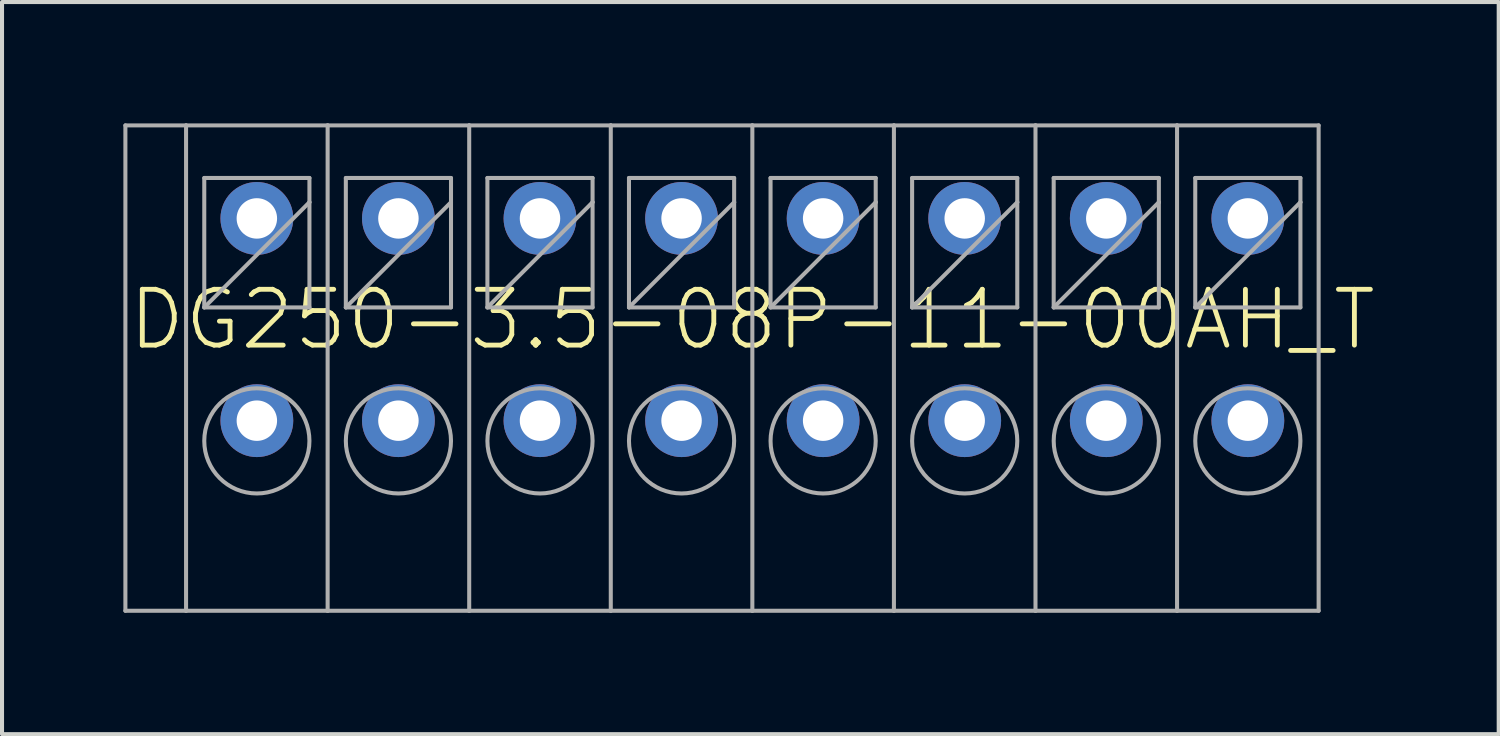
<source format=kicad_pcb>
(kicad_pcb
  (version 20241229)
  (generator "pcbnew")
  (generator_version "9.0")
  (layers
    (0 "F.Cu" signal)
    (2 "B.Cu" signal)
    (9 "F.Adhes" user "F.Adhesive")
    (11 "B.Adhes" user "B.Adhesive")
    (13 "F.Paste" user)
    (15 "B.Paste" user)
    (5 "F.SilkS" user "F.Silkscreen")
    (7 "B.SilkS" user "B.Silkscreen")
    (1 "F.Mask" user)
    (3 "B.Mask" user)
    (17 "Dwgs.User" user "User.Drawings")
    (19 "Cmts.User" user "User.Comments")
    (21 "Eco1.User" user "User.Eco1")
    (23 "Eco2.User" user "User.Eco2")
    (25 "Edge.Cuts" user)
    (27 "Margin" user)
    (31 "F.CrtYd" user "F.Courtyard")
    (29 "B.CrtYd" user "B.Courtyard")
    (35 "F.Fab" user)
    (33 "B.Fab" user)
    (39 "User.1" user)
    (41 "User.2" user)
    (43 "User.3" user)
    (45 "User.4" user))
  (footprint "DG250-3.5-08P-11-00AH_T"
    (layer "F.Cu")
    (at 15.55 4.85)
    (property "Reference" "DG250-3.5-08P-11-00AH_T" (at 0 0 0) (unlocked yes) (layer "F.SilkS") (effects (font (size 1.38 1.38) (thickness 0.12))))
    (fp_line (start -15.5 -4.8) (end -15.5 7.2) (stroke (width 0.1) (type solid)) (layer "F.Fab"))
    (fp_line (start -15.5 -4.8) (end -14 -4.8) (stroke (width 0.1) (type solid)) (layer "F.Fab"))
    (fp_line (start -15.5 7.2) (end -14 7.2) (stroke (width 0.1) (type solid)) (layer "F.Fab"))
    (fp_line (start -14 -4.8) (end -14 7.2) (stroke (width 0.1) (type solid)) (layer "F.Fab"))
    (fp_line (start -14 -4.8) (end -10.5 -4.8) (stroke (width 0.1) (type solid)) (layer "F.Fab"))
    (fp_line (start -14 7.2) (end -10.5 7.2) (stroke (width 0.1) (type solid)) (layer "F.Fab"))
    (fp_line (start -13.55 -3.5) (end -13.55 -0.3) (stroke (width 0.1) (type solid)) (layer "F.Fab"))
    (fp_line (start -13.55 -0.3) (end -10.95 -2.9) (stroke (width 0.1) (type solid)) (layer "F.Fab"))
    (fp_line (start -13.55 -0.3) (end -10.95 -0.3) (stroke (width 0.1) (type solid)) (layer "F.Fab"))
    (fp_line (start -10.95 -3.5) (end -13.55 -3.5) (stroke (width 0.1) (type solid)) (layer "F.Fab"))
    (fp_line (start -10.95 -2.9) (end -10.95 -3.5) (stroke (width 0.1) (type solid)) (layer "F.Fab"))
    (fp_line (start -10.95 -0.3) (end -10.95 -2.9) (stroke (width 0.1) (type solid)) (layer "F.Fab"))
    (fp_line (start -10.5 -4.8) (end -10.5 7.2) (stroke (width 0.1) (type solid)) (layer "F.Fab"))
    (fp_line (start -10.5 -4.8) (end -7 -4.8) (stroke (width 0.1) (type solid)) (layer "F.Fab"))
    (fp_line (start -10.5 7.2) (end -7 7.2) (stroke (width 0.1) (type solid)) (layer "F.Fab"))
    (fp_line (start -10.05 -3.5) (end -10.05 -0.3) (stroke (width 0.1) (type solid)) (layer "F.Fab"))
    (fp_line (start -10.05 -0.3) (end -7.45 -2.9) (stroke (width 0.1) (type solid)) (layer "F.Fab"))
    (fp_line (start -10.05 -0.3) (end -7.45 -0.3) (stroke (width 0.1) (type solid)) (layer "F.Fab"))
    (fp_line (start -7.45 -3.5) (end -10.05 -3.5) (stroke (width 0.1) (type solid)) (layer "F.Fab"))
    (fp_line (start -7.45 -2.9) (end -7.45 -3.5) (stroke (width 0.1) (type solid)) (layer "F.Fab"))
    (fp_line (start -7.45 -0.3) (end -7.45 -2.9) (stroke (width 0.1) (type solid)) (layer "F.Fab"))
    (fp_line (start -7 -4.8) (end -7 7.2) (stroke (width 0.1) (type solid)) (layer "F.Fab"))
    (fp_line (start -7 -4.8) (end -3.5 -4.8) (stroke (width 0.1) (type solid)) (layer "F.Fab"))
    (fp_line (start -7 7.2) (end -3.5 7.2) (stroke (width 0.1) (type solid)) (layer "F.Fab"))
    (fp_line (start -6.55 -3.5) (end -6.55 -0.3) (stroke (width 0.1) (type solid)) (layer "F.Fab"))
    (fp_line (start -6.55 -0.3) (end -3.95 -2.9) (stroke (width 0.1) (type solid)) (layer "F.Fab"))
    (fp_line (start -6.55 -0.3) (end -3.95 -0.3) (stroke (width 0.1) (type solid)) (layer "F.Fab"))
    (fp_line (start -3.95 -3.5) (end -6.55 -3.5) (stroke (width 0.1) (type solid)) (layer "F.Fab"))
    (fp_line (start -3.95 -2.9) (end -3.95 -3.5) (stroke (width 0.1) (type solid)) (layer "F.Fab"))
    (fp_line (start -3.95 -0.3) (end -3.95 -2.9) (stroke (width 0.1) (type solid)) (layer "F.Fab"))
    (fp_line (start -3.5 -4.8) (end -3.5 7.2) (stroke (width 0.1) (type solid)) (layer "F.Fab"))
    (fp_line (start -3.5 -4.8) (end 0 -4.8) (stroke (width 0.1) (type solid)) (layer "F.Fab"))
    (fp_line (start -3.5 7.2) (end 0 7.2) (stroke (width 0.1) (type solid)) (layer "F.Fab"))
    (fp_line (start -3.05 -3.5) (end -3.05 -0.3) (stroke (width 0.1) (type solid)) (layer "F.Fab"))
    (fp_line (start -3.05 -0.3) (end -0.45 -2.9) (stroke (width 0.1) (type solid)) (layer "F.Fab"))
    (fp_line (start -3.05 -0.3) (end -0.45 -0.3) (stroke (width 0.1) (type solid)) (layer "F.Fab"))
    (fp_line (start -0.45 -3.5) (end -3.05 -3.5) (stroke (width 0.1) (type solid)) (layer "F.Fab"))
    (fp_line (start -0.45 -2.9) (end -0.45 -3.5) (stroke (width 0.1) (type solid)) (layer "F.Fab"))
    (fp_line (start -0.45 -0.3) (end -0.45 -2.9) (stroke (width 0.1) (type solid)) (layer "F.Fab"))
    (fp_line (start 0 -4.8) (end 0 7.2) (stroke (width 0.1) (type solid)) (layer "F.Fab"))
    (fp_line (start 0 -4.8) (end 3.5 -4.8) (stroke (width 0.1) (type solid)) (layer "F.Fab"))
    (fp_line (start 0 7.2) (end 3.5 7.2) (stroke (width 0.1) (type solid)) (layer "F.Fab"))
    (fp_line (start 0.45 -3.5) (end 0.45 -0.3) (stroke (width 0.1) (type solid)) (layer "F.Fab"))
    (fp_line (start 0.45 -0.3) (end 3.05 -2.9) (stroke (width 0.1) (type solid)) (layer "F.Fab"))
    (fp_line (start 0.45 -0.3) (end 3.05 -0.3) (stroke (width 0.1) (type solid)) (layer "F.Fab"))
    (fp_line (start 3.05 -3.5) (end 0.45 -3.5) (stroke (width 0.1) (type solid)) (layer "F.Fab"))
    (fp_line (start 3.05 -2.9) (end 3.05 -3.5) (stroke (width 0.1) (type solid)) (layer "F.Fab"))
    (fp_line (start 3.05 -0.3) (end 3.05 -2.9) (stroke (width 0.1) (type solid)) (layer "F.Fab"))
    (fp_line (start 3.5 -4.8) (end 3.5 7.2) (stroke (width 0.1) (type solid)) (layer "F.Fab"))
    (fp_line (start 3.5 -4.8) (end 7 -4.8) (stroke (width 0.1) (type solid)) (layer "F.Fab"))
    (fp_line (start 3.5 7.2) (end 7 7.2) (stroke (width 0.1) (type solid)) (layer "F.Fab"))
    (fp_line (start 3.95 -3.5) (end 3.95 -0.3) (stroke (width 0.1) (type solid)) (layer "F.Fab"))
    (fp_line (start 3.95 -0.3) (end 6.55 -2.9) (stroke (width 0.1) (type solid)) (layer "F.Fab"))
    (fp_line (start 3.95 -0.3) (end 6.55 -0.3) (stroke (width 0.1) (type solid)) (layer "F.Fab"))
    (fp_line (start 6.55 -3.5) (end 3.95 -3.5) (stroke (width 0.1) (type solid)) (layer "F.Fab"))
    (fp_line (start 6.55 -2.9) (end 6.55 -3.5) (stroke (width 0.1) (type solid)) (layer "F.Fab"))
    (fp_line (start 6.55 -0.3) (end 6.55 -2.9) (stroke (width 0.1) (type solid)) (layer "F.Fab"))
    (fp_line (start 7 -4.8) (end 7 7.2) (stroke (width 0.1) (type solid)) (layer "F.Fab"))
    (fp_line (start 7 -4.8) (end 10.5 -4.8) (stroke (width 0.1) (type solid)) (layer "F.Fab"))
    (fp_line (start 7 7.2) (end 10.5 7.2) (stroke (width 0.1) (type solid)) (layer "F.Fab"))
    (fp_line (start 7.45 -3.5) (end 7.45 -0.3) (stroke (width 0.1) (type solid)) (layer "F.Fab"))
    (fp_line (start 7.45 -0.3) (end 10.05 -2.9) (stroke (width 0.1) (type solid)) (layer "F.Fab"))
    (fp_line (start 7.45 -0.3) (end 10.05 -0.3) (stroke (width 0.1) (type solid)) (layer "F.Fab"))
    (fp_line (start 10.05 -3.5) (end 7.45 -3.5) (stroke (width 0.1) (type solid)) (layer "F.Fab"))
    (fp_line (start 10.05 -2.9) (end 10.05 -3.5) (stroke (width 0.1) (type solid)) (layer "F.Fab"))
    (fp_line (start 10.05 -0.3) (end 10.05 -2.9) (stroke (width 0.1) (type solid)) (layer "F.Fab"))
    (fp_line (start 10.5 -4.8) (end 10.5 7.2) (stroke (width 0.1) (type solid)) (layer "F.Fab"))
    (fp_line (start 10.5 -4.8) (end 14 -4.8) (stroke (width 0.1) (type solid)) (layer "F.Fab"))
    (fp_line (start 10.5 7.2) (end 14 7.2) (stroke (width 0.1) (type solid)) (layer "F.Fab"))
    (fp_line (start 10.95 -3.5) (end 10.95 -0.3) (stroke (width 0.1) (type solid)) (layer "F.Fab"))
    (fp_line (start 10.95 -0.3) (end 13.55 -2.9) (stroke (width 0.1) (type solid)) (layer "F.Fab"))
    (fp_line (start 10.95 -0.3) (end 13.55 -0.3) (stroke (width 0.1) (type solid)) (layer "F.Fab"))
    (fp_line (start 13.55 -3.5) (end 10.95 -3.5) (stroke (width 0.1) (type solid)) (layer "F.Fab"))
    (fp_line (start 13.55 -2.9) (end 13.55 -3.5) (stroke (width 0.1) (type solid)) (layer "F.Fab"))
    (fp_line (start 13.55 -0.3) (end 13.55 -2.9) (stroke (width 0.1) (type solid)) (layer "F.Fab"))
    (fp_line (start 14 -4.8) (end 14 7.2) (stroke (width 0.1) (type solid)) (layer "F.Fab"))
    (fp_circle (center -12.25 3) (end -10.95 3) (stroke (width 0.1) (type solid)) (fill no) (layer "F.Fab"))
    (fp_circle (center -8.75 3) (end -7.45 3) (stroke (width 0.1) (type solid)) (fill no) (layer "F.Fab"))
    (fp_circle (center -5.25 3) (end -3.95 3) (stroke (width 0.1) (type solid)) (fill no) (layer "F.Fab"))
    (fp_circle (center -1.75 3) (end -0.45 3) (stroke (width 0.1) (type solid)) (fill no) (layer "F.Fab"))
    (fp_circle (center 1.75 3) (end 3.05 3) (stroke (width 0.1) (type solid)) (fill no) (layer "F.Fab"))
    (fp_circle (center 5.25 3) (end 6.55 3) (stroke (width 0.1) (type solid)) (fill no) (layer "F.Fab"))
    (fp_circle (center 8.75 3) (end 10.05 3) (stroke (width 0.1) (type solid)) (fill no) (layer "F.Fab"))
    (fp_circle (center 12.25 3) (end 13.55 3) (stroke (width 0.1) (type solid)) (fill no) (layer "F.Fab"))
    (pad "1A" thru_hole circle (at -12.25 -2.5) (size 1.8 1.8) (drill 1) (layers "*.Cu" "*.Mask"))
    (pad "1B" thru_hole circle (at -12.25 2.5) (size 1.8 1.8) (drill 1) (layers "*.Cu" "*.Mask"))
    (pad "2A" thru_hole circle (at -8.75 -2.5) (size 1.8 1.8) (drill 1) (layers "*.Cu" "*.Mask"))
    (pad "2B" thru_hole circle (at -8.75 2.5) (size 1.8 1.8) (drill 1) (layers "*.Cu" "*.Mask"))
    (pad "3A" thru_hole circle (at -5.25 -2.5) (size 1.8 1.8) (drill 1) (layers "*.Cu" "*.Mask"))
    (pad "3B" thru_hole circle (at -5.25 2.5) (size 1.8 1.8) (drill 1) (layers "*.Cu" "*.Mask"))
    (pad "4A" thru_hole circle (at -1.75 -2.5) (size 1.8 1.8) (drill 1) (layers "*.Cu" "*.Mask"))
    (pad "4B" thru_hole circle (at -1.75 2.5) (size 1.8 1.8) (drill 1) (layers "*.Cu" "*.Mask"))
    (pad "5A" thru_hole circle (at 1.75 -2.5) (size 1.8 1.8) (drill 1) (layers "*.Cu" "*.Mask"))
    (pad "5B" thru_hole circle (at 1.75 2.5) (size 1.8 1.8) (drill 1) (layers "*.Cu" "*.Mask"))
    (pad "6A" thru_hole circle (at 5.25 -2.5) (size 1.8 1.8) (drill 1) (layers "*.Cu" "*.Mask"))
    (pad "6B" thru_hole circle (at 5.25 2.5) (size 1.8 1.8) (drill 1) (layers "*.Cu" "*.Mask"))
    (pad "7A" thru_hole circle (at 8.75 -2.5) (size 1.8 1.8) (drill 1) (layers "*.Cu" "*.Mask"))
    (pad "7B" thru_hole circle (at 8.75 2.5) (size 1.8 1.8) (drill 1) (layers "*.Cu" "*.Mask"))
    (pad "8A" thru_hole circle (at 12.25 -2.5) (size 1.8 1.8) (drill 1) (layers "*.Cu" "*.Mask"))
    (pad "8B" thru_hole circle (at 12.25 2.5) (size 1.8 1.8) (drill 1) (layers "*.Cu" "*.Mask")))
  (gr_rect
    (start -3 -3)
    (end 34.002 15.1)
    (stroke (width 0.1) (type default))
    (fill no)
    (layer "Edge.Cuts")))
</source>
